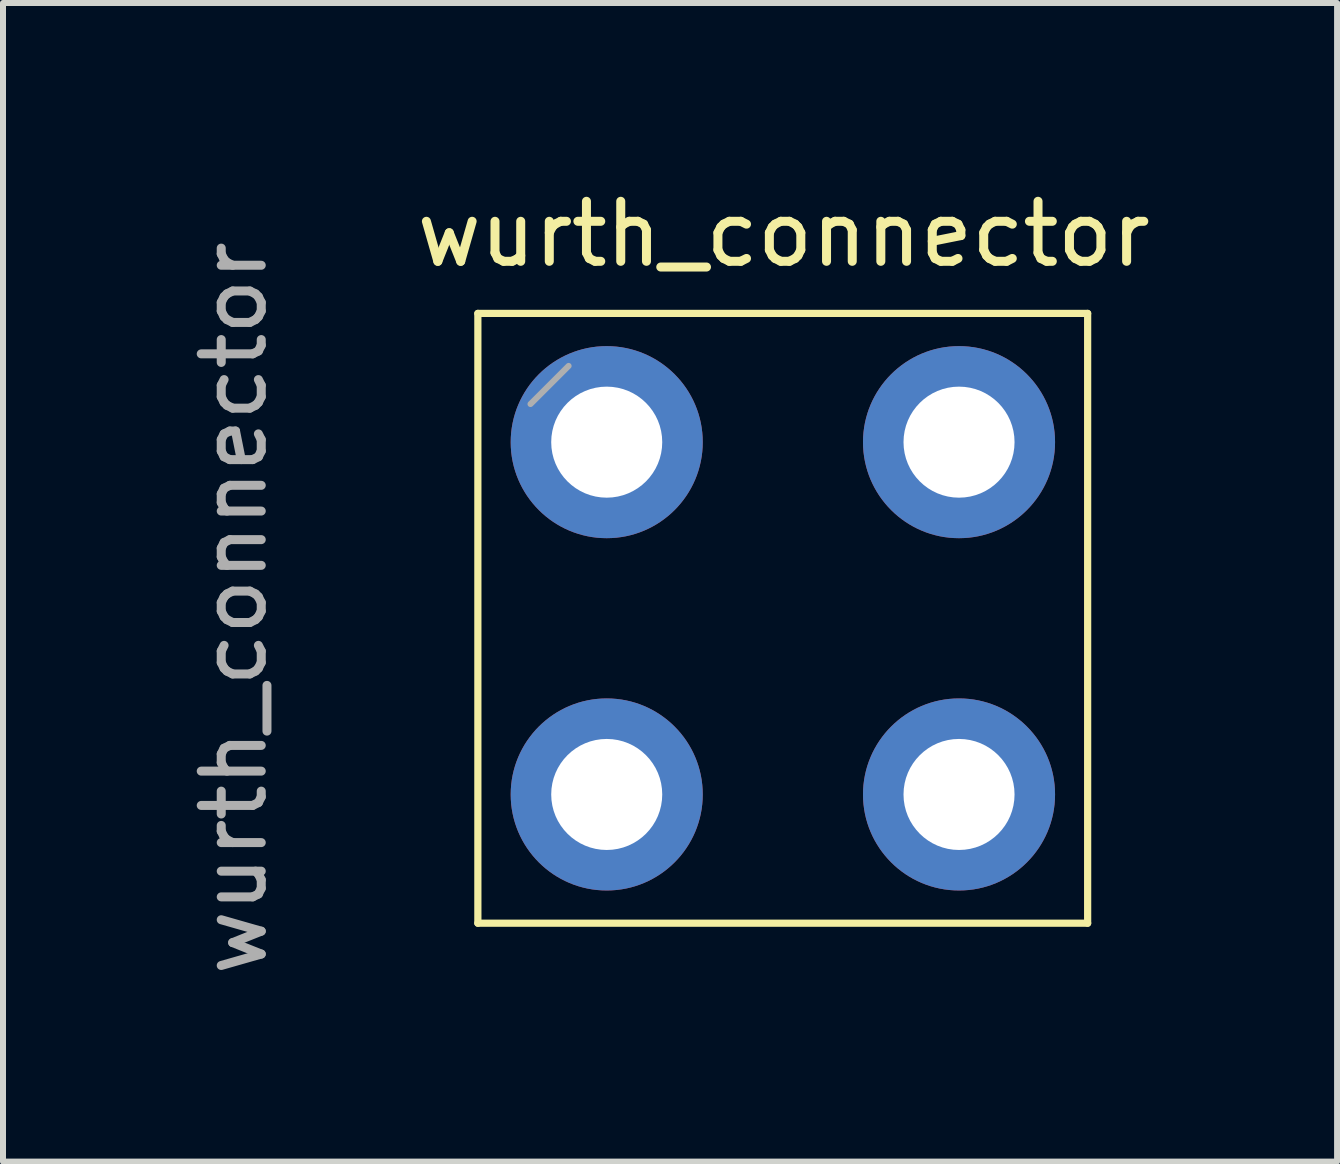
<source format=kicad_pcb>
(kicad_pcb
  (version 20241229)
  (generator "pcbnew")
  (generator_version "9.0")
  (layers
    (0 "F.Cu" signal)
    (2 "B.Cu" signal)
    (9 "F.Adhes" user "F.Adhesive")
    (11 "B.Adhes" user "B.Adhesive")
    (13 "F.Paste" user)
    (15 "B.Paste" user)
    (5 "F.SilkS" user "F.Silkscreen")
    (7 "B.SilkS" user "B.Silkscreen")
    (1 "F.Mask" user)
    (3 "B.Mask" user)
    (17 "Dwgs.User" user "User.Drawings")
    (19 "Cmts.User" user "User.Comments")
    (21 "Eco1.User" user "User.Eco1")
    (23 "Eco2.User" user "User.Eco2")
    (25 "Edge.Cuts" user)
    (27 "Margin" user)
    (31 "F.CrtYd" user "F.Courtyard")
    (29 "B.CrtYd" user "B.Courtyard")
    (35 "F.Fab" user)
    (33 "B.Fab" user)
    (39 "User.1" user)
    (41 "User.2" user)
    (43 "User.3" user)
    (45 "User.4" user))
  (footprint "wurth_connector"
    (layer "F.Cu")
    (at 9.992 7.252)
    (property "Reference" "wurth_connector" (at 0.015 -6.403 0) (layer "F.SilkS") (effects (font (size 1 1) (thickness 0.15))))
    (attr through_hole)
    (fp_line (start -5.08 -5.08) (end 5.08 -5.08) (stroke (width 0.12) (type solid)) (layer "F.SilkS"))
    (fp_line (start -5.08 5.08) (end -5.08 -5.08) (stroke (width 0.12) (type solid)) (layer "F.SilkS"))
    (fp_line (start 5.08 -5.08) (end 5.08 5.08) (stroke (width 0.12) (type solid)) (layer "F.SilkS"))
    (fp_line (start 5.08 5.08) (end -5.08 5.08) (stroke (width 0.12) (type solid)) (layer "F.SilkS"))
    (fp_line (start -4.203 -3.57) (end -3.568 -4.205) (stroke (width 0.1) (type solid)) (layer "F.Fab"))
    (fp_text user "${REFERENCE}" (at -9.144 -0.168 90) (layer "F.Fab") (effects (font (size 1 1) (thickness 0.15))))
    (pad "1" thru_hole circle (at -2.933 -2.935) (size 3.2 3.2) (drill 1.85) (layers "*.Cu" "*.Mask"))
    (pad "1" thru_hole circle (at -2.933 2.935) (size 3.2 3.2) (drill 1.85) (layers "*.Cu" "*.Mask"))
    (pad "1" thru_hole circle (at 2.937 -2.935) (size 3.2 3.2) (drill 1.85) (layers "*.Cu" "*.Mask"))
    (pad "1" thru_hole circle (at 2.937 2.935) (size 3.2 3.2) (drill 1.85) (layers "*.Cu" "*.Mask")))
  (gr_rect
    (start -3 -3)
    (end 19.228 16.304)
    (stroke (width 0.1) (type default))
    (fill no)
    (layer "Edge.Cuts")))
</source>
